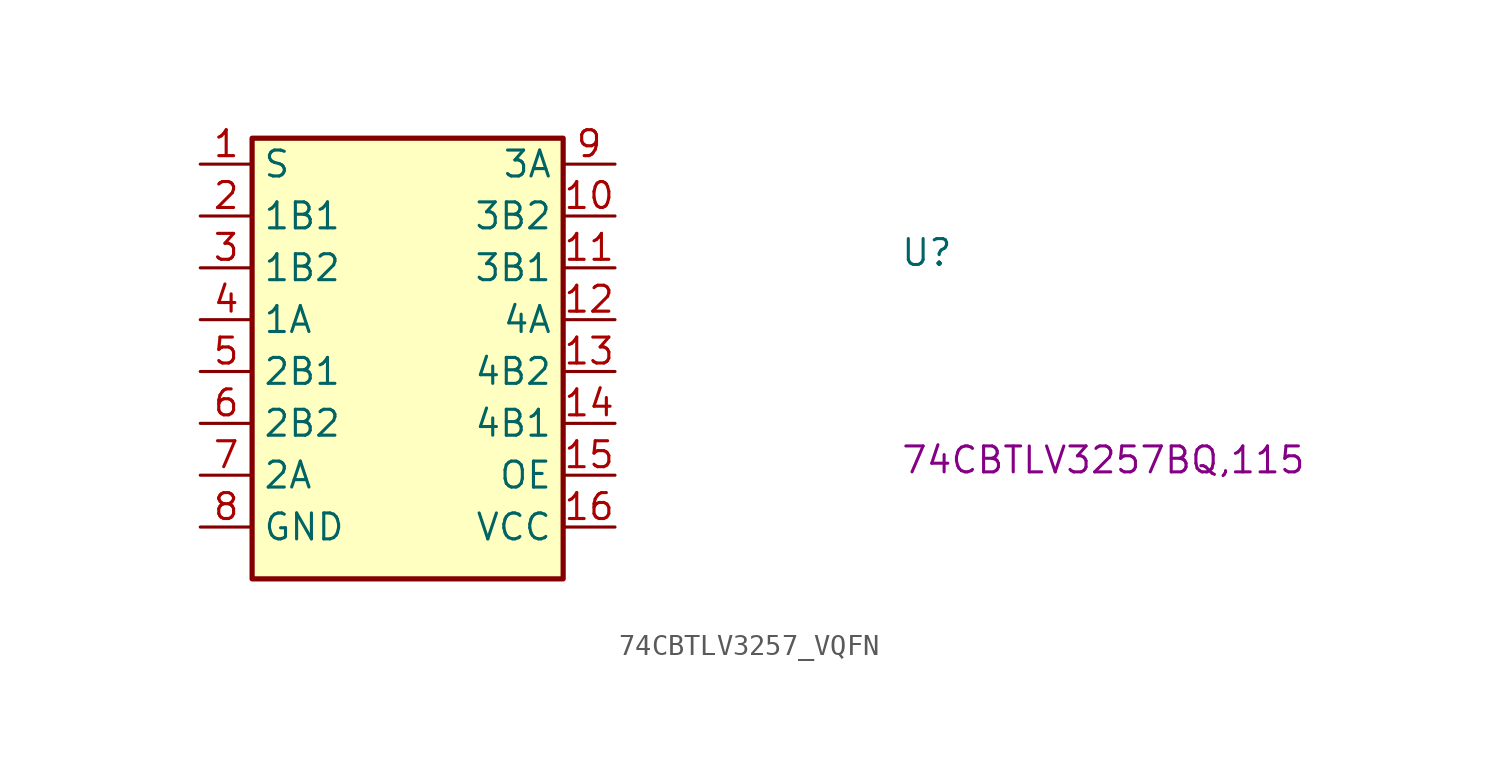
<source format=kicad_sym>
(kicad_symbol_lib
  (version 20220914)
  (generator kicad_symbol_editor)
  (symbol "74CBTLV3257_VQFN"
    (property "Reference" "U"
      (at 34.29 -5.08 0)
      (effects (font (size 1.27 1.27) (thickness 0.15)) (justify left bottom)))
    (property "MPN" "74CBTLV3257BQ,115"
      (at 34.29 -15.24 0)
      (effects (font (size 1.27 1.27) (thickness 0.15)) (justify left bottom)))
    (symbol "74CBTLV3257_VQFN_1_1"
      (rectangle (start 2.54 1.27) (end 17.78 -20.32) (stroke (width 0.254) (type default)) (fill (type background)))
      (pin input line (at 0 0 0) (length 2.54) (name "S" (effects (font (size 1.27 1.27)))) (number "1" (effects (font (size 1.27 1.27)))))
      (pin bidirectional line (at 20.32 -2.54 180) (length 2.54) (name "3B2" (effects (font (size 1.27 1.27)))) (number "10" (effects (font (size 1.27 1.27)))))
      (pin bidirectional line (at 20.32 -5.08 180) (length 2.54) (name "3B1" (effects (font (size 1.27 1.27)))) (number "11" (effects (font (size 1.27 1.27)))))
      (pin bidirectional line (at 20.32 -7.62 180) (length 2.54) (name "4A" (effects (font (size 1.27 1.27)))) (number "12" (effects (font (size 1.27 1.27)))))
      (pin bidirectional line (at 20.32 -10.16 180) (length 2.54) (name "4B2" (effects (font (size 1.27 1.27)))) (number "13" (effects (font (size 1.27 1.27)))))
      (pin bidirectional line (at 20.32 -12.7 180) (length 2.54) (name "4B1" (effects (font (size 1.27 1.27)))) (number "14" (effects (font (size 1.27 1.27)))))
      (pin input line (at 20.32 -15.24 180) (length 2.54) (name "OE" (effects (font (size 1.27 1.27)))) (number "15" (effects (font (size 1.27 1.27)))))
      (pin power_in line (at 20.32 -17.78 180) (length 2.54) (name "VCC" (effects (font (size 1.27 1.27)))) (number "16" (effects (font (size 1.27 1.27)))))
      (pin bidirectional line (at 0 -2.54 0) (length 2.54) (name "1B1" (effects (font (size 1.27 1.27)))) (number "2" (effects (font (size 1.27 1.27)))))
      (pin bidirectional line (at 0 -5.08 0) (length 2.54) (name "1B2" (effects (font (size 1.27 1.27)))) (number "3" (effects (font (size 1.27 1.27)))))
      (pin bidirectional line (at 0 -7.62 0) (length 2.54) (name "1A" (effects (font (size 1.27 1.27)))) (number "4" (effects (font (size 1.27 1.27)))))
      (pin bidirectional line (at 0 -10.16 0) (length 2.54) (name "2B1" (effects (font (size 1.27 1.27)))) (number "5" (effects (font (size 1.27 1.27)))))
      (pin bidirectional line (at 0 -12.7 0) (length 2.54) (name "2B2" (effects (font (size 1.27 1.27)))) (number "6" (effects (font (size 1.27 1.27)))))
      (pin bidirectional line (at 0 -15.24 0) (length 2.54) (name "2A" (effects (font (size 1.27 1.27)))) (number "7" (effects (font (size 1.27 1.27)))))
      (pin power_in line (at 0 -17.78 0) (length 2.54) (name "GND" (effects (font (size 1.27 1.27)))) (number "8" (effects (font (size 1.27 1.27)))))
      (pin bidirectional line (at 20.32 0 180) (length 2.54) (name "3A" (effects (font (size 1.27 1.27)))) (number "9" (effects (font (size 1.27 1.27))))))))
</source>
